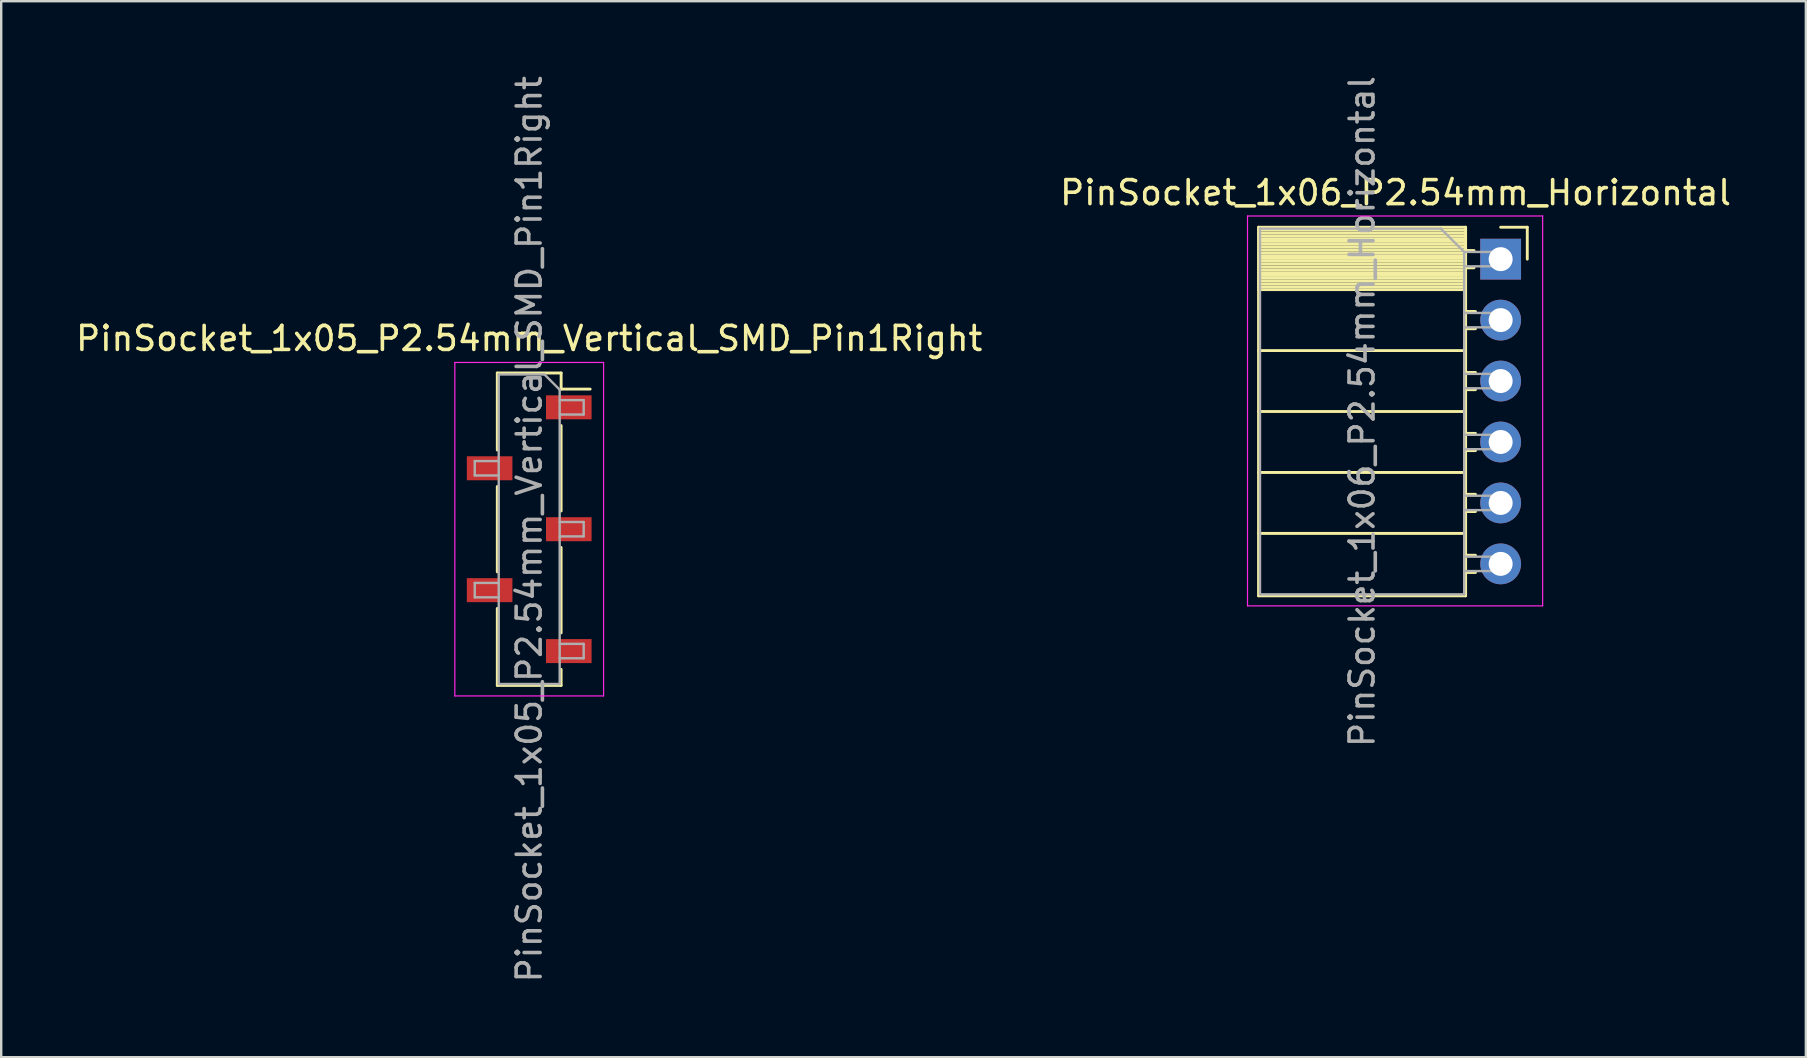
<source format=kicad_pcb>
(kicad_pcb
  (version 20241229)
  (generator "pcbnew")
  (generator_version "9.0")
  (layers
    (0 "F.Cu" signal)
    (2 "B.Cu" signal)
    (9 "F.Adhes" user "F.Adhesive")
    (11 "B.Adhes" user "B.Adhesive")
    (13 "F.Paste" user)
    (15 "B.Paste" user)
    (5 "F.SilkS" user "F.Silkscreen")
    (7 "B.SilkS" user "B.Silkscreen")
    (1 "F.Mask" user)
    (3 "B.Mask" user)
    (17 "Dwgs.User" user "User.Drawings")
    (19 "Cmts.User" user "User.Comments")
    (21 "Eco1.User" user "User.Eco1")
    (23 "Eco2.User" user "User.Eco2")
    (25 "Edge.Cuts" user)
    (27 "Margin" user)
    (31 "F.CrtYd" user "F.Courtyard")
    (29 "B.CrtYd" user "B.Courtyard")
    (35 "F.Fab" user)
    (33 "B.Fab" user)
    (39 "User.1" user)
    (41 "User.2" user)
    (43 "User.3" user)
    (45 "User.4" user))
  (footprint "PinSocket_1x05_P2.54mm_Vertical_SMD_Pin1Right"
    (layer "F.Cu")
    (at 19.006 19.006)
    (property "Reference" "PinSocket_1x05_P2.54mm_Vertical_SMD_Pin1Right" (at 0 -7.95 0) (layer "F.SilkS") (effects (font (size 1 1) (thickness 0.15))))
    (attr smd)
    (fp_line (start -1.33 -6.51) (end -1.33 -3.3) (stroke (width 0.12) (type solid)) (layer "F.SilkS"))
    (fp_line (start -1.33 -6.51) (end 1.33 -6.51) (stroke (width 0.12) (type solid)) (layer "F.SilkS"))
    (fp_line (start -1.33 -1.78) (end -1.33 1.78) (stroke (width 0.12) (type solid)) (layer "F.SilkS"))
    (fp_line (start -1.33 3.3) (end -1.33 6.51) (stroke (width 0.12) (type solid)) (layer "F.SilkS"))
    (fp_line (start -1.33 6.51) (end 1.33 6.51) (stroke (width 0.12) (type solid)) (layer "F.SilkS"))
    (fp_line (start 1.33 -6.51) (end 1.33 -5.84) (stroke (width 0.12) (type solid)) (layer "F.SilkS"))
    (fp_line (start 1.33 -5.84) (end 2.54 -5.84) (stroke (width 0.12) (type solid)) (layer "F.SilkS"))
    (fp_line (start 1.33 -4.32) (end 1.33 -0.76) (stroke (width 0.12) (type solid)) (layer "F.SilkS"))
    (fp_line (start 1.33 0.76) (end 1.33 4.32) (stroke (width 0.12) (type solid)) (layer "F.SilkS"))
    (fp_line (start 1.33 5.84) (end 1.33 6.51) (stroke (width 0.12) (type solid)) (layer "F.SilkS"))
    (fp_line (start -3.1 -6.95) (end 3.1 -6.95) (stroke (width 0.05) (type solid)) (layer "F.CrtYd"))
    (fp_line (start -3.1 6.95) (end -3.1 -6.95) (stroke (width 0.05) (type solid)) (layer "F.CrtYd"))
    (fp_line (start 3.1 -6.95) (end 3.1 6.95) (stroke (width 0.05) (type solid)) (layer "F.CrtYd"))
    (fp_line (start 3.1 6.95) (end -3.1 6.95) (stroke (width 0.05) (type solid)) (layer "F.CrtYd"))
    (fp_line (start -2.27 -2.84) (end -1.27 -2.84) (stroke (width 0.1) (type solid)) (layer "F.Fab"))
    (fp_line (start -2.27 -2.24) (end -2.27 -2.84) (stroke (width 0.1) (type solid)) (layer "F.Fab"))
    (fp_line (start -2.27 2.24) (end -1.27 2.24) (stroke (width 0.1) (type solid)) (layer "F.Fab"))
    (fp_line (start -2.27 2.84) (end -2.27 2.24) (stroke (width 0.1) (type solid)) (layer "F.Fab"))
    (fp_line (start -1.27 -6.45) (end 0.635 -6.45) (stroke (width 0.1) (type solid)) (layer "F.Fab"))
    (fp_line (start -1.27 -2.24) (end -2.27 -2.24) (stroke (width 0.1) (type solid)) (layer "F.Fab"))
    (fp_line (start -1.27 2.84) (end -2.27 2.84) (stroke (width 0.1) (type solid)) (layer "F.Fab"))
    (fp_line (start -1.27 6.45) (end -1.27 -6.45) (stroke (width 0.1) (type solid)) (layer "F.Fab"))
    (fp_line (start 0.635 -6.45) (end 1.27 -5.815) (stroke (width 0.1) (type solid)) (layer "F.Fab"))
    (fp_line (start 1.27 -5.815) (end 1.27 6.45) (stroke (width 0.1) (type solid)) (layer "F.Fab"))
    (fp_line (start 1.27 -5.38) (end 2.27 -5.38) (stroke (width 0.1) (type solid)) (layer "F.Fab"))
    (fp_line (start 1.27 -0.3) (end 2.27 -0.3) (stroke (width 0.1) (type solid)) (layer "F.Fab"))
    (fp_line (start 1.27 4.78) (end 2.27 4.78) (stroke (width 0.1) (type solid)) (layer "F.Fab"))
    (fp_line (start 1.27 6.45) (end -1.27 6.45) (stroke (width 0.1) (type solid)) (layer "F.Fab"))
    (fp_line (start 2.27 -5.38) (end 2.27 -4.78) (stroke (width 0.1) (type solid)) (layer "F.Fab"))
    (fp_line (start 2.27 -4.78) (end 1.27 -4.78) (stroke (width 0.1) (type solid)) (layer "F.Fab"))
    (fp_line (start 2.27 -0.3) (end 2.27 0.3) (stroke (width 0.1) (type solid)) (layer "F.Fab"))
    (fp_line (start 2.27 0.3) (end 1.27 0.3) (stroke (width 0.1) (type solid)) (layer "F.Fab"))
    (fp_line (start 2.27 4.78) (end 2.27 5.38) (stroke (width 0.1) (type solid)) (layer "F.Fab"))
    (fp_line (start 2.27 5.38) (end 1.27 5.38) (stroke (width 0.1) (type solid)) (layer "F.Fab"))
    (fp_text user "${REFERENCE}" (at 0 0 90) (layer "F.Fab") (effects (font (size 1 1) (thickness 0.15))))
    (pad "1" smd rect (at 1.65 -5.08) (size 1.9 1) (layers "F.Cu" "F.Mask" "F.Paste"))
    (pad "2" smd rect (at -1.65 -2.54) (size 1.9 1) (layers "F.Cu" "F.Mask" "F.Paste"))
    (pad "3" smd rect (at 1.65 0) (size 1.9 1) (layers "F.Cu" "F.Mask" "F.Paste"))
    (pad "4" smd rect (at -1.65 2.54) (size 1.9 1) (layers "F.Cu" "F.Mask" "F.Paste"))
    (pad "5" smd rect (at 1.65 5.08) (size 1.9 1) (layers "F.Cu" "F.Mask" "F.Paste")))
  (footprint "PinSocket_1x06_P2.54mm_Horizontal"
    (layer "F.Cu")
    (at 59.493 7.751)
    (property "Reference" "PinSocket_1x06_P2.54mm_Horizontal" (at -4.38 -2.77 0) (layer "F.SilkS") (effects (font (size 1 1) (thickness 0.15))))
    (attr through_hole)
    (fp_line (start -10.09 -1.33) (end -10.09 14.03) (stroke (width 0.12) (type solid)) (layer "F.SilkS"))
    (fp_line (start -10.09 -1.33) (end -1.46 -1.33) (stroke (width 0.12) (type solid)) (layer "F.SilkS"))
    (fp_line (start -10.09 -1.21) (end -1.46 -1.21) (stroke (width 0.12) (type solid)) (layer "F.SilkS"))
    (fp_line (start -10.09 -1.092) (end -1.46 -1.092) (stroke (width 0.12) (type solid)) (layer "F.SilkS"))
    (fp_line (start -10.09 -0.974) (end -1.46 -0.974) (stroke (width 0.12) (type solid)) (layer "F.SilkS"))
    (fp_line (start -10.09 -0.856) (end -1.46 -0.856) (stroke (width 0.12) (type solid)) (layer "F.SilkS"))
    (fp_line (start -10.09 -0.738) (end -1.46 -0.738) (stroke (width 0.12) (type solid)) (layer "F.SilkS"))
    (fp_line (start -10.09 -0.62) (end -1.46 -0.62) (stroke (width 0.12) (type solid)) (layer "F.SilkS"))
    (fp_line (start -10.09 -0.501) (end -1.46 -0.501) (stroke (width 0.12) (type solid)) (layer "F.SilkS"))
    (fp_line (start -10.09 -0.383) (end -1.46 -0.383) (stroke (width 0.12) (type solid)) (layer "F.SilkS"))
    (fp_line (start -10.09 -0.265) (end -1.46 -0.265) (stroke (width 0.12) (type solid)) (layer "F.SilkS"))
    (fp_line (start -10.09 -0.147) (end -1.46 -0.147) (stroke (width 0.12) (type solid)) (layer "F.SilkS"))
    (fp_line (start -10.09 -0.029) (end -1.46 -0.029) (stroke (width 0.12) (type solid)) (layer "F.SilkS"))
    (fp_line (start -10.09 0.089) (end -1.46 0.089) (stroke (width 0.12) (type solid)) (layer "F.SilkS"))
    (fp_line (start -10.09 0.207) (end -1.46 0.207) (stroke (width 0.12) (type solid)) (layer "F.SilkS"))
    (fp_line (start -10.09 0.325) (end -1.46 0.325) (stroke (width 0.12) (type solid)) (layer "F.SilkS"))
    (fp_line (start -10.09 0.443) (end -1.46 0.443) (stroke (width 0.12) (type solid)) (layer "F.SilkS"))
    (fp_line (start -10.09 0.561) (end -1.46 0.561) (stroke (width 0.12) (type solid)) (layer "F.SilkS"))
    (fp_line (start -10.09 0.68) (end -1.46 0.68) (stroke (width 0.12) (type solid)) (layer "F.SilkS"))
    (fp_line (start -10.09 0.798) (end -1.46 0.798) (stroke (width 0.12) (type solid)) (layer "F.SilkS"))
    (fp_line (start -10.09 0.916) (end -1.46 0.916) (stroke (width 0.12) (type solid)) (layer "F.SilkS"))
    (fp_line (start -10.09 1.034) (end -1.46 1.034) (stroke (width 0.12) (type solid)) (layer "F.SilkS"))
    (fp_line (start -10.09 1.152) (end -1.46 1.152) (stroke (width 0.12) (type solid)) (layer "F.SilkS"))
    (fp_line (start -10.09 1.27) (end -1.46 1.27) (stroke (width 0.12) (type solid)) (layer "F.SilkS"))
    (fp_line (start -10.09 3.81) (end -1.46 3.81) (stroke (width 0.12) (type solid)) (layer "F.SilkS"))
    (fp_line (start -10.09 6.35) (end -1.46 6.35) (stroke (width 0.12) (type solid)) (layer "F.SilkS"))
    (fp_line (start -10.09 8.89) (end -1.46 8.89) (stroke (width 0.12) (type solid)) (layer "F.SilkS"))
    (fp_line (start -10.09 11.43) (end -1.46 11.43) (stroke (width 0.12) (type solid)) (layer "F.SilkS"))
    (fp_line (start -10.09 14.03) (end -1.46 14.03) (stroke (width 0.12) (type solid)) (layer "F.SilkS"))
    (fp_line (start -1.46 -1.33) (end -1.46 14.03) (stroke (width 0.12) (type solid)) (layer "F.SilkS"))
    (fp_line (start -1.46 -0.36) (end -1.11 -0.36) (stroke (width 0.12) (type solid)) (layer "F.SilkS"))
    (fp_line (start -1.46 0.36) (end -1.11 0.36) (stroke (width 0.12) (type solid)) (layer "F.SilkS"))
    (fp_line (start -1.46 2.18) (end -1.05 2.18) (stroke (width 0.12) (type solid)) (layer "F.SilkS"))
    (fp_line (start -1.46 2.9) (end -1.05 2.9) (stroke (width 0.12) (type solid)) (layer "F.SilkS"))
    (fp_line (start -1.46 4.72) (end -1.05 4.72) (stroke (width 0.12) (type solid)) (layer "F.SilkS"))
    (fp_line (start -1.46 5.44) (end -1.05 5.44) (stroke (width 0.12) (type solid)) (layer "F.SilkS"))
    (fp_line (start -1.46 7.26) (end -1.05 7.26) (stroke (width 0.12) (type solid)) (layer "F.SilkS"))
    (fp_line (start -1.46 7.98) (end -1.05 7.98) (stroke (width 0.12) (type solid)) (layer "F.SilkS"))
    (fp_line (start -1.46 9.8) (end -1.05 9.8) (stroke (width 0.12) (type solid)) (layer "F.SilkS"))
    (fp_line (start -1.46 10.52) (end -1.05 10.52) (stroke (width 0.12) (type solid)) (layer "F.SilkS"))
    (fp_line (start -1.46 12.34) (end -1.05 12.34) (stroke (width 0.12) (type solid)) (layer "F.SilkS"))
    (fp_line (start -1.46 13.06) (end -1.05 13.06) (stroke (width 0.12) (type solid)) (layer "F.SilkS"))
    (fp_line (start 0 -1.33) (end 1.11 -1.33) (stroke (width 0.12) (type solid)) (layer "F.SilkS"))
    (fp_line (start 1.11 -1.33) (end 1.11 0) (stroke (width 0.12) (type solid)) (layer "F.SilkS"))
    (fp_line (start -10.55 -1.8) (end -10.55 14.45) (stroke (width 0.05) (type solid)) (layer "F.CrtYd"))
    (fp_line (start -10.55 14.45) (end 1.75 14.45) (stroke (width 0.05) (type solid)) (layer "F.CrtYd"))
    (fp_line (start 1.75 -1.8) (end -10.55 -1.8) (stroke (width 0.05) (type solid)) (layer "F.CrtYd"))
    (fp_line (start 1.75 14.45) (end 1.75 -1.8) (stroke (width 0.05) (type solid)) (layer "F.CrtYd"))
    (fp_line (start -10.03 -1.27) (end -2.49 -1.27) (stroke (width 0.1) (type solid)) (layer "F.Fab"))
    (fp_line (start -10.03 13.97) (end -10.03 -1.27) (stroke (width 0.1) (type solid)) (layer "F.Fab"))
    (fp_line (start -2.49 -1.27) (end -1.52 -0.3) (stroke (width 0.1) (type solid)) (layer "F.Fab"))
    (fp_line (start -1.52 -0.3) (end -1.52 13.97) (stroke (width 0.1) (type solid)) (layer "F.Fab"))
    (fp_line (start -1.52 0.3) (end 0 0.3) (stroke (width 0.1) (type solid)) (layer "F.Fab"))
    (fp_line (start -1.52 2.84) (end 0 2.84) (stroke (width 0.1) (type solid)) (layer "F.Fab"))
    (fp_line (start -1.52 5.38) (end 0 5.38) (stroke (width 0.1) (type solid)) (layer "F.Fab"))
    (fp_line (start -1.52 7.92) (end 0 7.92) (stroke (width 0.1) (type solid)) (layer "F.Fab"))
    (fp_line (start -1.52 10.46) (end 0 10.46) (stroke (width 0.1) (type solid)) (layer "F.Fab"))
    (fp_line (start -1.52 13) (end 0 13) (stroke (width 0.1) (type solid)) (layer "F.Fab"))
    (fp_line (start -1.52 13.97) (end -10.03 13.97) (stroke (width 0.1) (type solid)) (layer "F.Fab"))
    (fp_line (start 0 -0.3) (end -1.52 -0.3) (stroke (width 0.1) (type solid)) (layer "F.Fab"))
    (fp_line (start 0 0.3) (end 0 -0.3) (stroke (width 0.1) (type solid)) (layer "F.Fab"))
    (fp_line (start 0 2.24) (end -1.52 2.24) (stroke (width 0.1) (type solid)) (layer "F.Fab"))
    (fp_line (start 0 2.84) (end 0 2.24) (stroke (width 0.1) (type solid)) (layer "F.Fab"))
    (fp_line (start 0 4.78) (end -1.52 4.78) (stroke (width 0.1) (type solid)) (layer "F.Fab"))
    (fp_line (start 0 5.38) (end 0 4.78) (stroke (width 0.1) (type solid)) (layer "F.Fab"))
    (fp_line (start 0 7.32) (end -1.52 7.32) (stroke (width 0.1) (type solid)) (layer "F.Fab"))
    (fp_line (start 0 7.92) (end 0 7.32) (stroke (width 0.1) (type solid)) (layer "F.Fab"))
    (fp_line (start 0 9.86) (end -1.52 9.86) (stroke (width 0.1) (type solid)) (layer "F.Fab"))
    (fp_line (start 0 10.46) (end 0 9.86) (stroke (width 0.1) (type solid)) (layer "F.Fab"))
    (fp_line (start 0 12.4) (end -1.52 12.4) (stroke (width 0.1) (type solid)) (layer "F.Fab"))
    (fp_line (start 0 13) (end 0 12.4) (stroke (width 0.1) (type solid)) (layer "F.Fab"))
    (fp_text user "${REFERENCE}" (at -5.775 6.35 90) (layer "F.Fab") (effects (font (size 1 1) (thickness 0.15))))
    (pad "1" thru_hole rect (at 0 0) (size 1.7 1.7) (drill 1) (layers "*.Cu" "*.Mask"))
    (pad "2" thru_hole oval (at 0 2.54) (size 1.7 1.7) (drill 1) (layers "*.Cu" "*.Mask"))
    (pad "3" thru_hole oval (at 0 5.08) (size 1.7 1.7) (drill 1) (layers "*.Cu" "*.Mask"))
    (pad "4" thru_hole oval (at 0 7.62) (size 1.7 1.7) (drill 1) (layers "*.Cu" "*.Mask"))
    (pad "5" thru_hole oval (at 0 10.16) (size 1.7 1.7) (drill 1) (layers "*.Cu" "*.Mask"))
    (pad "6" thru_hole oval (at 0 12.7) (size 1.7 1.7) (drill 1) (layers "*.Cu" "*.Mask")))
  (gr_rect
    (start -3 -3)
    (end 72.214 41.012)
    (stroke (width 0.1) (type default))
    (fill no)
    (layer "Edge.Cuts")))
</source>
